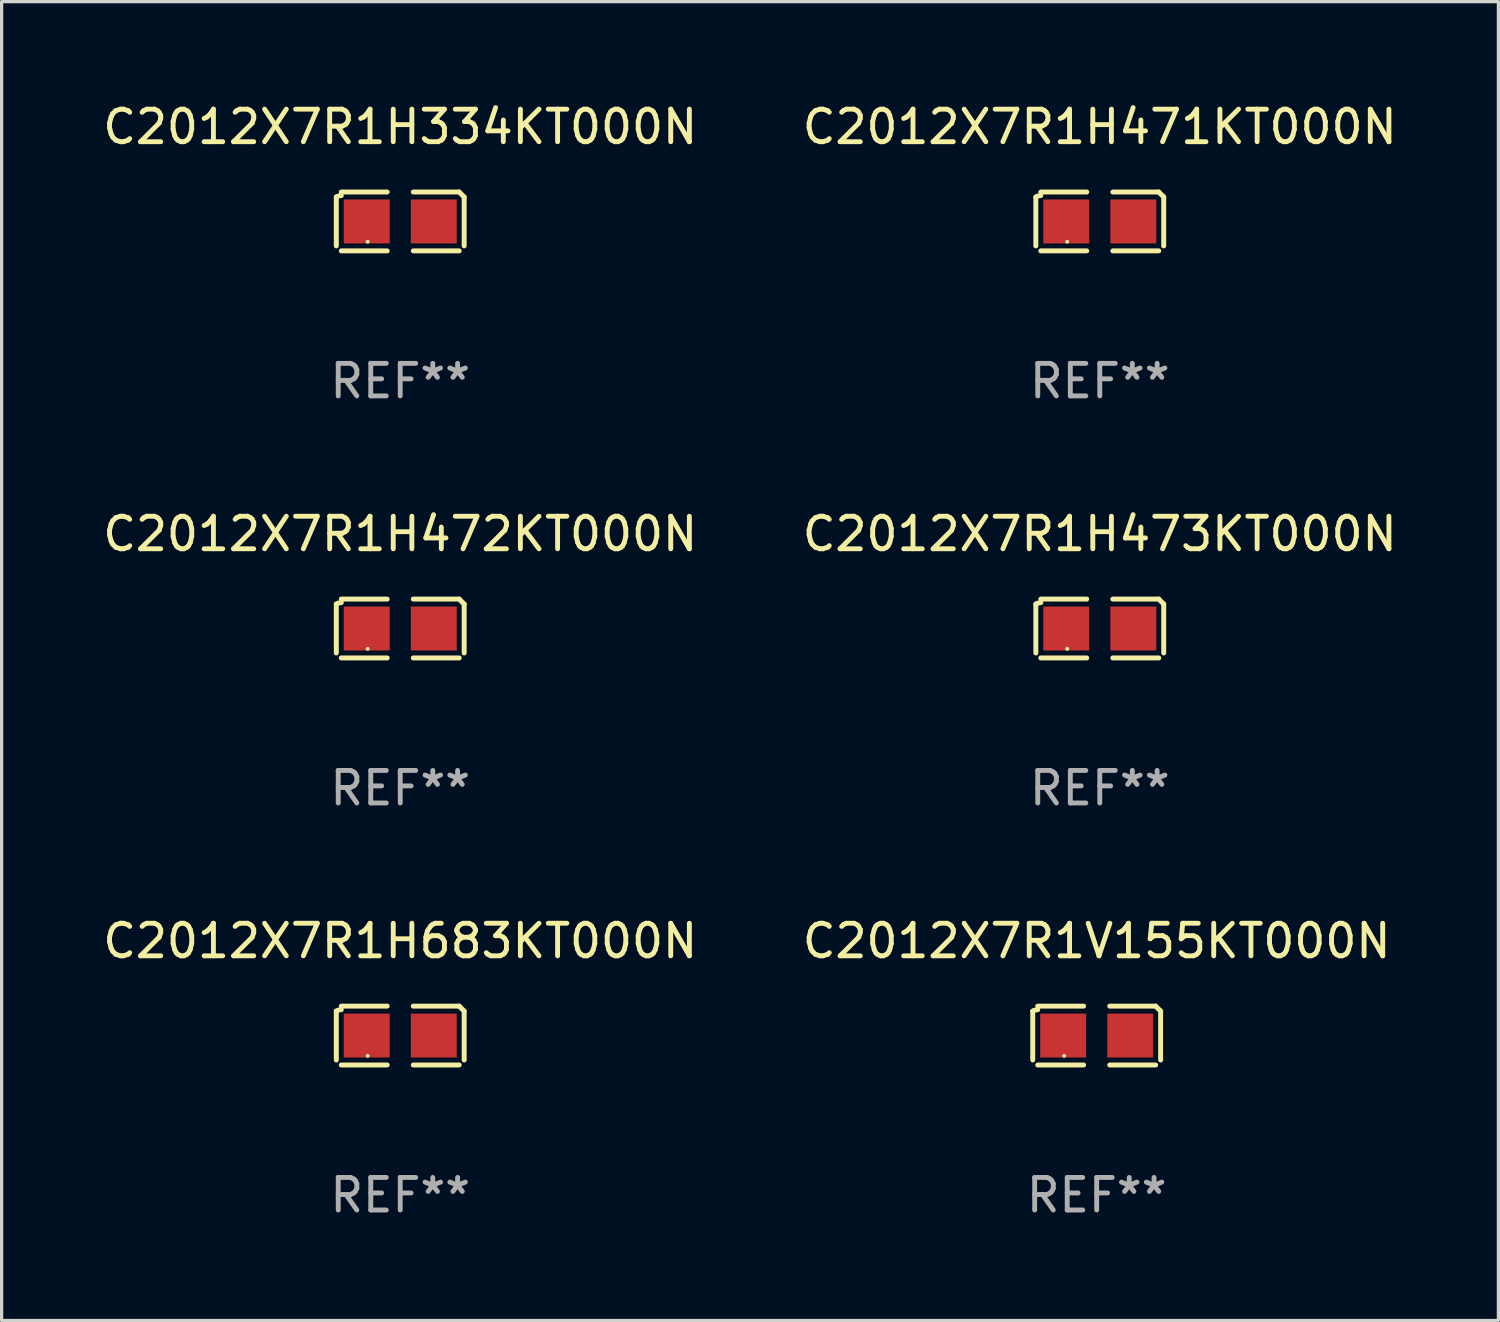
<source format=kicad_pcb>
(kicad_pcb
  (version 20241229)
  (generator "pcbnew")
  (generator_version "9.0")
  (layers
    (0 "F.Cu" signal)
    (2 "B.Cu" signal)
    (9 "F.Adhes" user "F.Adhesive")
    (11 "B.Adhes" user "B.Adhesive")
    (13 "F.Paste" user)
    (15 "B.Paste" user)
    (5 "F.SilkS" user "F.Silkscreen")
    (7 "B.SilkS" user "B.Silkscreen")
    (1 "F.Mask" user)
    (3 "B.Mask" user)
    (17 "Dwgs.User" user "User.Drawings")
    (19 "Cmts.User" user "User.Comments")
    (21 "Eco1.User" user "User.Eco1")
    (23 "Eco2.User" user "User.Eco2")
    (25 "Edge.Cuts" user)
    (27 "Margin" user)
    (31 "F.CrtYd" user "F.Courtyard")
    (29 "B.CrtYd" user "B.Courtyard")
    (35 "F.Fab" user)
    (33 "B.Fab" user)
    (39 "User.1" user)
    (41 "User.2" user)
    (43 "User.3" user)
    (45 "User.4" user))
  (footprint "C2012X7R1H683KT000N"
    (layer "F.Cu")
    (at 9.244 28.759)
    (property "Reference" "C2012X7R1H683KT000N" (at 0 -2.904 0) (layer "F.SilkS") (effects (font (size 1 1) (thickness 0.15))))
    (attr through_hole)
    (fp_line (start -1.964 0.751) (end -1.964 -0.751) (stroke (width 0.152) (type solid)) (layer "F.SilkS"))
    (fp_line (start -1.811 -0.904) (end -0.401 -0.904) (stroke (width 0.152) (type solid)) (layer "F.SilkS"))
    (fp_line (start -0.401 0.904) (end -1.811 0.904) (stroke (width 0.152) (type solid)) (layer "F.SilkS"))
    (fp_line (start 0.401 0.904) (end 1.811 0.904) (stroke (width 0.152) (type solid)) (layer "F.SilkS"))
    (fp_line (start 1.811 -0.904) (end 0.401 -0.904) (stroke (width 0.152) (type solid)) (layer "F.SilkS"))
    (fp_line (start 1.964 0.751) (end 1.964 -0.751) (stroke (width 0.152) (type solid)) (layer "F.SilkS"))
    (fp_arc (start -1.963602 -0.751207) (mid -1.890354 -0.783131) (end -1.811201 -0.794044) (stroke (width 0.1524) (type solid)) (layer "F.SilkS"))
    (fp_arc (start 1.811202 -0.903607) (mid 1.887413 -0.827418) (end 1.963602 -0.751207) (stroke (width 0.1524) (type solid)) (layer "F.SilkS"))
    (fp_circle (center -1 0.625) (end -0.97 0.625) (stroke (width 0.06) (type solid)) (fill no) (layer "F.SilkS"))
    (fp_text user "REF**" (at 0 4.904 0) (layer "F.Fab") (effects (font (size 1 1) (thickness 0.15))))
    (pad "1" smd rect (at -1.03 0) (size 1.41 1.35) (layers "F.Cu" "F.Mask" "F.Paste"))
    (pad "2" smd rect (at 1.03 0) (size 1.41 1.35) (layers "F.Cu" "F.Mask" "F.Paste")))
  (footprint "C2012X7R1V155KT000N"
    (layer "F.Cu")
    (at 30.637 28.759)
    (property "Reference" "C2012X7R1V155KT000N" (at 0 -2.904 0) (layer "F.SilkS") (effects (font (size 1 1) (thickness 0.15))))
    (attr through_hole)
    (fp_line (start -1.964 0.751) (end -1.964 -0.751) (stroke (width 0.152) (type solid)) (layer "F.SilkS"))
    (fp_line (start -1.811 -0.904) (end -0.401 -0.904) (stroke (width 0.152) (type solid)) (layer "F.SilkS"))
    (fp_line (start -0.401 0.904) (end -1.811 0.904) (stroke (width 0.152) (type solid)) (layer "F.SilkS"))
    (fp_line (start 0.401 0.904) (end 1.811 0.904) (stroke (width 0.152) (type solid)) (layer "F.SilkS"))
    (fp_line (start 1.811 -0.904) (end 0.401 -0.904) (stroke (width 0.152) (type solid)) (layer "F.SilkS"))
    (fp_line (start 1.964 0.751) (end 1.964 -0.751) (stroke (width 0.152) (type solid)) (layer "F.SilkS"))
    (fp_arc (start -1.963602 -0.751207) (mid -1.890354 -0.783131) (end -1.811201 -0.794044) (stroke (width 0.1524) (type solid)) (layer "F.SilkS"))
    (fp_arc (start 1.811202 -0.903607) (mid 1.887413 -0.827418) (end 1.963602 -0.751207) (stroke (width 0.1524) (type solid)) (layer "F.SilkS"))
    (fp_circle (center -1 0.625) (end -0.97 0.625) (stroke (width 0.06) (type solid)) (fill no) (layer "F.SilkS"))
    (fp_text user "REF**" (at 0 4.904 0) (layer "F.Fab") (effects (font (size 1 1) (thickness 0.15))))
    (pad "1" smd rect (at -1.03 0) (size 1.41 1.35) (layers "F.Cu" "F.Mask" "F.Paste"))
    (pad "2" smd rect (at 1.03 0) (size 1.41 1.35) (layers "F.Cu" "F.Mask" "F.Paste")))
  (footprint "C2012X7R1H334KT000N"
    (layer "F.Cu")
    (at 9.244 3.752)
    (property "Reference" "C2012X7R1H334KT000N" (at 0 -2.904 0) (layer "F.SilkS") (effects (font (size 1 1) (thickness 0.15))))
    (attr through_hole)
    (fp_line (start -1.964 0.751) (end -1.964 -0.751) (stroke (width 0.152) (type solid)) (layer "F.SilkS"))
    (fp_line (start -1.811 -0.904) (end -0.401 -0.904) (stroke (width 0.152) (type solid)) (layer "F.SilkS"))
    (fp_line (start -0.401 0.904) (end -1.811 0.904) (stroke (width 0.152) (type solid)) (layer "F.SilkS"))
    (fp_line (start 0.401 0.904) (end 1.811 0.904) (stroke (width 0.152) (type solid)) (layer "F.SilkS"))
    (fp_line (start 1.811 -0.904) (end 0.401 -0.904) (stroke (width 0.152) (type solid)) (layer "F.SilkS"))
    (fp_line (start 1.964 0.751) (end 1.964 -0.751) (stroke (width 0.152) (type solid)) (layer "F.SilkS"))
    (fp_arc (start -1.963602 -0.751207) (mid -1.890354 -0.783131) (end -1.811201 -0.794044) (stroke (width 0.1524) (type solid)) (layer "F.SilkS"))
    (fp_arc (start 1.811202 -0.903607) (mid 1.887413 -0.827418) (end 1.963602 -0.751207) (stroke (width 0.1524) (type solid)) (layer "F.SilkS"))
    (fp_circle (center -1 0.625) (end -0.97 0.625) (stroke (width 0.06) (type solid)) (fill no) (layer "F.SilkS"))
    (fp_text user "REF**" (at 0 4.904 0) (layer "F.Fab") (effects (font (size 1 1) (thickness 0.15))))
    (pad "1" smd rect (at -1.03 0) (size 1.41 1.35) (layers "F.Cu" "F.Mask" "F.Paste"))
    (pad "2" smd rect (at 1.03 0) (size 1.41 1.35) (layers "F.Cu" "F.Mask" "F.Paste")))
  (footprint "C2012X7R1H473KT000N"
    (layer "F.Cu")
    (at 30.732 16.256)
    (property "Reference" "C2012X7R1H473KT000N" (at 0 -2.904 0) (layer "F.SilkS") (effects (font (size 1 1) (thickness 0.15))))
    (attr through_hole)
    (fp_line (start -1.964 0.751) (end -1.964 -0.751) (stroke (width 0.152) (type solid)) (layer "F.SilkS"))
    (fp_line (start -1.811 -0.904) (end -0.401 -0.904) (stroke (width 0.152) (type solid)) (layer "F.SilkS"))
    (fp_line (start -0.401 0.904) (end -1.811 0.904) (stroke (width 0.152) (type solid)) (layer "F.SilkS"))
    (fp_line (start 0.401 0.904) (end 1.811 0.904) (stroke (width 0.152) (type solid)) (layer "F.SilkS"))
    (fp_line (start 1.811 -0.904) (end 0.401 -0.904) (stroke (width 0.152) (type solid)) (layer "F.SilkS"))
    (fp_line (start 1.964 0.751) (end 1.964 -0.751) (stroke (width 0.152) (type solid)) (layer "F.SilkS"))
    (fp_arc (start -1.963602 -0.751207) (mid -1.890354 -0.783131) (end -1.811201 -0.794044) (stroke (width 0.1524) (type solid)) (layer "F.SilkS"))
    (fp_arc (start 1.811202 -0.903607) (mid 1.887413 -0.827418) (end 1.963602 -0.751207) (stroke (width 0.1524) (type solid)) (layer "F.SilkS"))
    (fp_circle (center -1 0.625) (end -0.97 0.625) (stroke (width 0.06) (type solid)) (fill no) (layer "F.SilkS"))
    (fp_text user "REF**" (at 0 4.904 0) (layer "F.Fab") (effects (font (size 1 1) (thickness 0.15))))
    (pad "1" smd rect (at -1.03 0) (size 1.41 1.35) (layers "F.Cu" "F.Mask" "F.Paste"))
    (pad "2" smd rect (at 1.03 0) (size 1.41 1.35) (layers "F.Cu" "F.Mask" "F.Paste")))
  (footprint "C2012X7R1H472KT000N"
    (layer "F.Cu")
    (at 9.244 16.256)
    (property "Reference" "C2012X7R1H472KT000N" (at 0 -2.904 0) (layer "F.SilkS") (effects (font (size 1 1) (thickness 0.15))))
    (attr through_hole)
    (fp_line (start -1.964 0.751) (end -1.964 -0.751) (stroke (width 0.152) (type solid)) (layer "F.SilkS"))
    (fp_line (start -1.811 -0.904) (end -0.401 -0.904) (stroke (width 0.152) (type solid)) (layer "F.SilkS"))
    (fp_line (start -0.401 0.904) (end -1.811 0.904) (stroke (width 0.152) (type solid)) (layer "F.SilkS"))
    (fp_line (start 0.401 0.904) (end 1.811 0.904) (stroke (width 0.152) (type solid)) (layer "F.SilkS"))
    (fp_line (start 1.811 -0.904) (end 0.401 -0.904) (stroke (width 0.152) (type solid)) (layer "F.SilkS"))
    (fp_line (start 1.964 0.751) (end 1.964 -0.751) (stroke (width 0.152) (type solid)) (layer "F.SilkS"))
    (fp_arc (start -1.963602 -0.751207) (mid -1.890354 -0.783131) (end -1.811201 -0.794044) (stroke (width 0.1524) (type solid)) (layer "F.SilkS"))
    (fp_arc (start 1.811202 -0.903607) (mid 1.887413 -0.827418) (end 1.963602 -0.751207) (stroke (width 0.1524) (type solid)) (layer "F.SilkS"))
    (fp_circle (center -1 0.625) (end -0.97 0.625) (stroke (width 0.06) (type solid)) (fill no) (layer "F.SilkS"))
    (fp_text user "REF**" (at 0 4.904 0) (layer "F.Fab") (effects (font (size 1 1) (thickness 0.15))))
    (pad "1" smd rect (at -1.03 0) (size 1.41 1.35) (layers "F.Cu" "F.Mask" "F.Paste"))
    (pad "2" smd rect (at 1.03 0) (size 1.41 1.35) (layers "F.Cu" "F.Mask" "F.Paste")))
  (footprint "C2012X7R1H471KT000N"
    (layer "F.Cu")
    (at 30.732 3.752)
    (property "Reference" "C2012X7R1H471KT000N" (at 0 -2.904 0) (layer "F.SilkS") (effects (font (size 1 1) (thickness 0.15))))
    (attr through_hole)
    (fp_line (start -1.964 0.751) (end -1.964 -0.751) (stroke (width 0.152) (type solid)) (layer "F.SilkS"))
    (fp_line (start -1.811 -0.904) (end -0.401 -0.904) (stroke (width 0.152) (type solid)) (layer "F.SilkS"))
    (fp_line (start -0.401 0.904) (end -1.811 0.904) (stroke (width 0.152) (type solid)) (layer "F.SilkS"))
    (fp_line (start 0.401 0.904) (end 1.811 0.904) (stroke (width 0.152) (type solid)) (layer "F.SilkS"))
    (fp_line (start 1.811 -0.904) (end 0.401 -0.904) (stroke (width 0.152) (type solid)) (layer "F.SilkS"))
    (fp_line (start 1.964 0.751) (end 1.964 -0.751) (stroke (width 0.152) (type solid)) (layer "F.SilkS"))
    (fp_arc (start -1.963602 -0.751207) (mid -1.890354 -0.783131) (end -1.811201 -0.794044) (stroke (width 0.1524) (type solid)) (layer "F.SilkS"))
    (fp_arc (start 1.811202 -0.903607) (mid 1.887413 -0.827418) (end 1.963602 -0.751207) (stroke (width 0.1524) (type solid)) (layer "F.SilkS"))
    (fp_circle (center -1 0.625) (end -0.97 0.625) (stroke (width 0.06) (type solid)) (fill no) (layer "F.SilkS"))
    (fp_text user "REF**" (at 0 4.904 0) (layer "F.Fab") (effects (font (size 1 1) (thickness 0.15))))
    (pad "1" smd rect (at -1.03 0) (size 1.41 1.35) (layers "F.Cu" "F.Mask" "F.Paste"))
    (pad "2" smd rect (at 1.03 0) (size 1.41 1.35) (layers "F.Cu" "F.Mask" "F.Paste")))
  (gr_rect
    (start -3 -3)
    (end 42.976 37.511)
    (stroke (width 0.1) (type default))
    (fill no)
    (layer "Edge.Cuts")))
</source>
